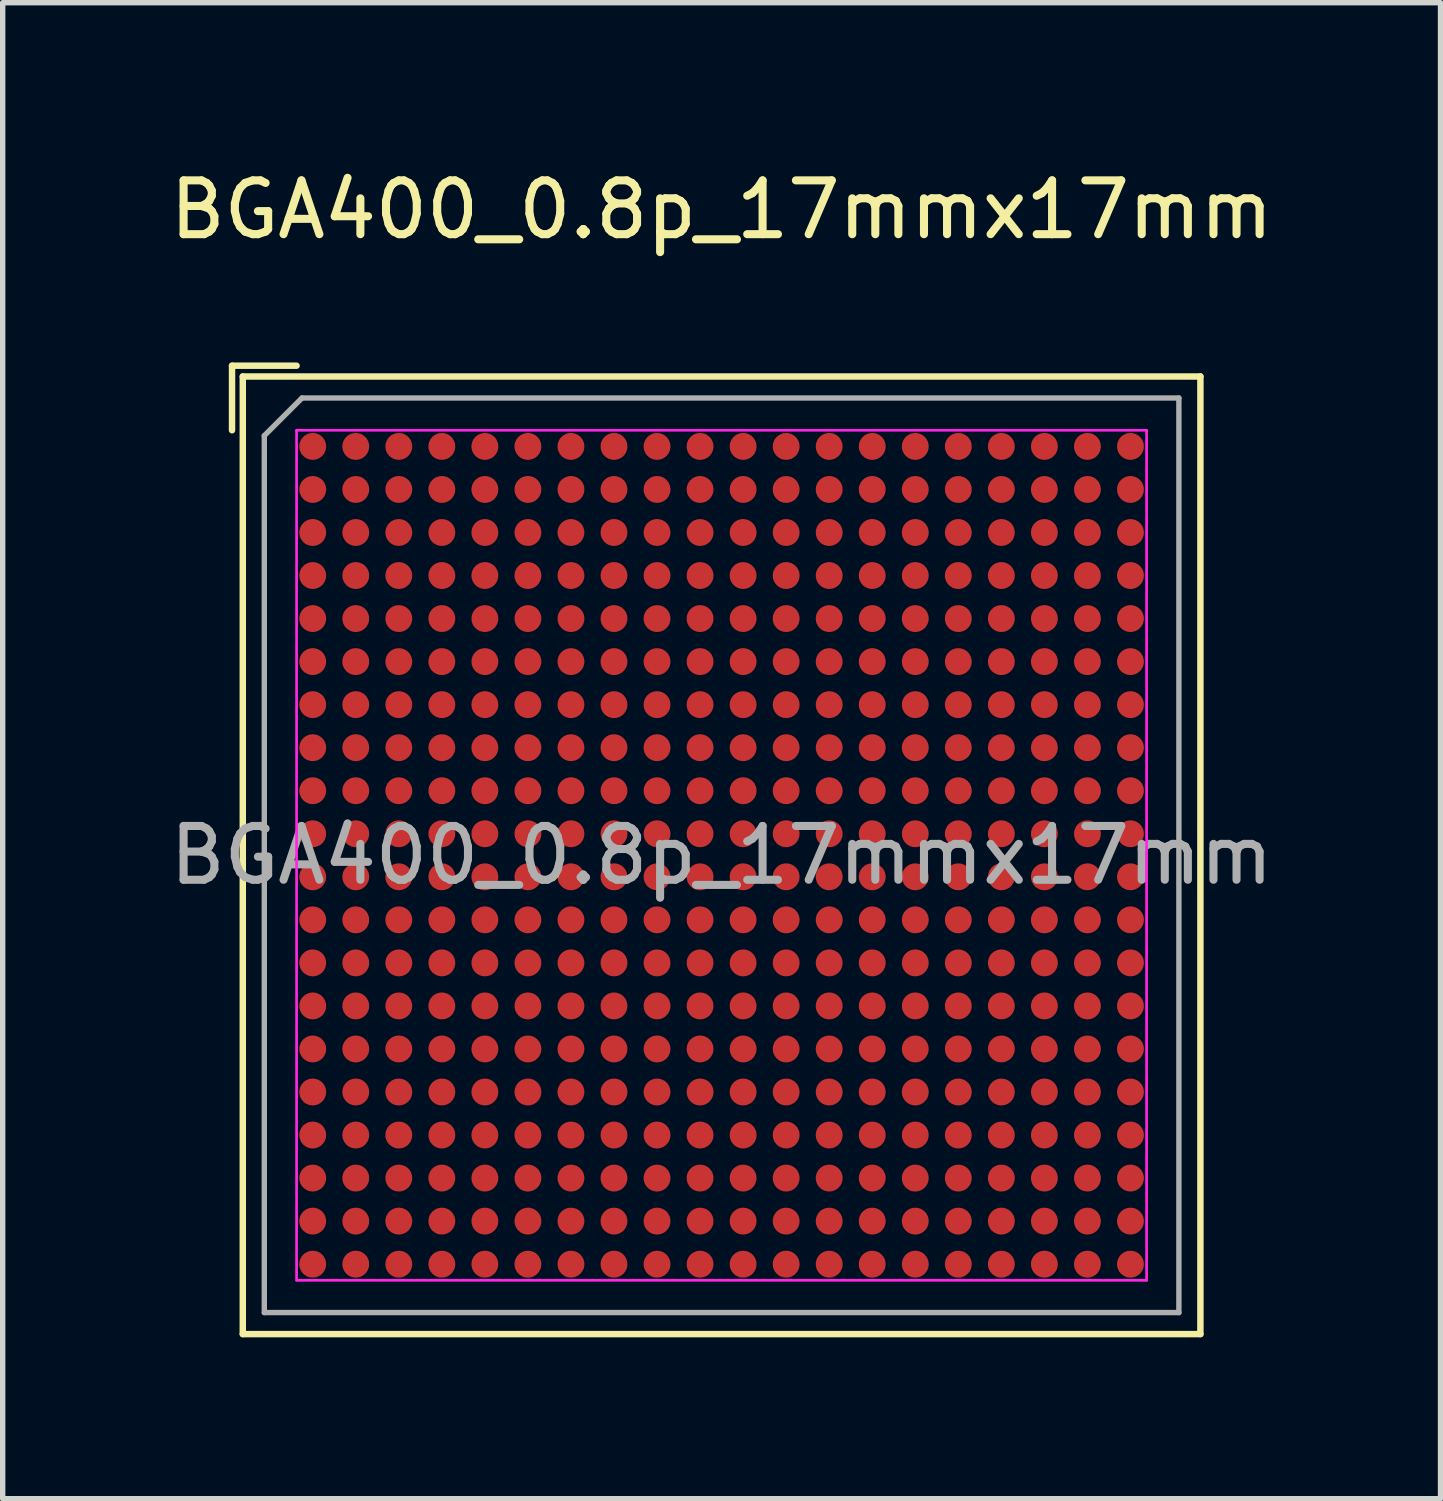
<source format=kicad_pcb>
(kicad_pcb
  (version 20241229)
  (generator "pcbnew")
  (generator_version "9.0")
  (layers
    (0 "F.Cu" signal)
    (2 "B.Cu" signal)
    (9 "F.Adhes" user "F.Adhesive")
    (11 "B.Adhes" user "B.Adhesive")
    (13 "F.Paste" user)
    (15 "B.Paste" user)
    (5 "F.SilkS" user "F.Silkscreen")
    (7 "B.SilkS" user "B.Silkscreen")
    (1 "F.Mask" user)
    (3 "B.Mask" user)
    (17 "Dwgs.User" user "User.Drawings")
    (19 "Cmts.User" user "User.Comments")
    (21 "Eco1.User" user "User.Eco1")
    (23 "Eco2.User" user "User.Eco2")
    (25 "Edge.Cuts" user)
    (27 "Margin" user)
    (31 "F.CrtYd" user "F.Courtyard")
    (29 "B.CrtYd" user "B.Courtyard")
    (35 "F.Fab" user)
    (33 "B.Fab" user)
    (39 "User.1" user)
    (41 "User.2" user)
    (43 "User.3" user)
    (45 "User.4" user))
  (footprint "BGA400_0.8p_17mmx17mm"
    (layer "F.Cu")
    (at 10.363 12.848)
    (property "Reference" "BGA400_0.8p_17mmx17mm" (at 0 -12 0) (layer "F.SilkS") (effects (font (size 1 1) (thickness 0.15))))
    (attr smd)
    (fp_line (start -9.1 -9.1) (end -7.9 -9.1) (stroke (width 0.12) (type solid)) (layer "F.SilkS"))
    (fp_line (start -9.1 -7.9) (end -9.1 -9.1) (stroke (width 0.12) (type solid)) (layer "F.SilkS"))
    (fp_line (start -8.9 -8.9) (end 8.9 -8.9) (stroke (width 0.12) (type solid)) (layer "F.SilkS"))
    (fp_line (start -8.9 8.9) (end -8.9 -8.9) (stroke (width 0.12) (type solid)) (layer "F.SilkS"))
    (fp_line (start 8.9 -8.9) (end 8.9 8.9) (stroke (width 0.12) (type solid)) (layer "F.SilkS"))
    (fp_line (start 8.9 8.9) (end -8.9 8.9) (stroke (width 0.12) (type solid)) (layer "F.SilkS"))
    (fp_line (start -7.9 -7.9) (end -7.9 7.9) (stroke (width 0.05) (type solid)) (layer "F.CrtYd"))
    (fp_line (start -7.9 -7.9) (end 7.9 -7.9) (stroke (width 0.05) (type solid)) (layer "F.CrtYd"))
    (fp_line (start 7.9 7.9) (end -7.9 7.9) (stroke (width 0.05) (type solid)) (layer "F.CrtYd"))
    (fp_line (start 7.9 7.9) (end 7.9 -7.9) (stroke (width 0.05) (type solid)) (layer "F.CrtYd"))
    (fp_line (start -8.5 -7.8) (end -7.8 -8.5) (stroke (width 0.1) (type solid)) (layer "F.Fab"))
    (fp_line (start -8.5 8.5) (end -8.5 -7.8) (stroke (width 0.1) (type solid)) (layer "F.Fab"))
    (fp_line (start -7.8 -8.5) (end 8.5 -8.5) (stroke (width 0.1) (type solid)) (layer "F.Fab"))
    (fp_line (start 8.5 -8.5) (end 8.5 8.5) (stroke (width 0.1) (type solid)) (layer "F.Fab"))
    (fp_line (start 8.5 8.5) (end -8.5 8.5) (stroke (width 0.1) (type solid)) (layer "F.Fab"))
    (fp_text user "${REFERENCE}" (at 0 0 0) (layer "F.Fab") (effects (font (size 1 1) (thickness 0.15))))
    (pad "A1" smd circle (at -7.6 -7.6) (size 0.5 0.5) (layers "F.Cu" "F.Mask" "F.Paste"))
    (pad "A2" smd circle (at -6.8 -7.6) (size 0.5 0.5) (layers "F.Cu" "F.Mask" "F.Paste"))
    (pad "A3" smd circle (at -6 -7.6) (size 0.5 0.5) (layers "F.Cu" "F.Mask" "F.Paste"))
    (pad "A4" smd circle (at -5.2 -7.6) (size 0.5 0.5) (layers "F.Cu" "F.Mask" "F.Paste"))
    (pad "A5" smd circle (at -4.4 -7.6) (size 0.5 0.5) (layers "F.Cu" "F.Mask" "F.Paste"))
    (pad "A6" smd circle (at -3.6 -7.6) (size 0.5 0.5) (layers "F.Cu" "F.Mask" "F.Paste"))
    (pad "A7" smd circle (at -2.8 -7.6) (size 0.5 0.5) (layers "F.Cu" "F.Mask" "F.Paste"))
    (pad "A8" smd circle (at -2 -7.6) (size 0.5 0.5) (layers "F.Cu" "F.Mask" "F.Paste"))
    (pad "A9" smd circle (at -1.2 -7.6) (size 0.5 0.5) (layers "F.Cu" "F.Mask" "F.Paste"))
    (pad "A10" smd circle (at -0.4 -7.6) (size 0.5 0.5) (layers "F.Cu" "F.Mask" "F.Paste"))
    (pad "A11" smd circle (at 0.4 -7.6) (size 0.5 0.5) (layers "F.Cu" "F.Mask" "F.Paste"))
    (pad "A12" smd circle (at 1.2 -7.6) (size 0.5 0.5) (layers "F.Cu" "F.Mask" "F.Paste"))
    (pad "A13" smd circle (at 2 -7.6) (size 0.5 0.5) (layers "F.Cu" "F.Mask" "F.Paste"))
    (pad "A14" smd circle (at 2.8 -7.6) (size 0.5 0.5) (layers "F.Cu" "F.Mask" "F.Paste"))
    (pad "A15" smd circle (at 3.6 -7.6) (size 0.5 0.5) (layers "F.Cu" "F.Mask" "F.Paste"))
    (pad "A16" smd circle (at 4.4 -7.6) (size 0.5 0.5) (layers "F.Cu" "F.Mask" "F.Paste"))
    (pad "A17" smd circle (at 5.2 -7.6) (size 0.5 0.5) (layers "F.Cu" "F.Mask" "F.Paste"))
    (pad "A18" smd circle (at 6 -7.6) (size 0.5 0.5) (layers "F.Cu" "F.Mask" "F.Paste"))
    (pad "A19" smd circle (at 6.8 -7.6) (size 0.5 0.5) (layers "F.Cu" "F.Mask" "F.Paste"))
    (pad "A20" smd circle (at 7.6 -7.6) (size 0.5 0.5) (layers "F.Cu" "F.Mask" "F.Paste"))
    (pad "B1" smd circle (at -7.6 -6.8) (size 0.5 0.5) (layers "F.Cu" "F.Mask" "F.Paste"))
    (pad "B2" smd circle (at -6.8 -6.8) (size 0.5 0.5) (layers "F.Cu" "F.Mask" "F.Paste"))
    (pad "B3" smd circle (at -6 -6.8) (size 0.5 0.5) (layers "F.Cu" "F.Mask" "F.Paste"))
    (pad "B4" smd circle (at -5.2 -6.8) (size 0.5 0.5) (layers "F.Cu" "F.Mask" "F.Paste"))
    (pad "B5" smd circle (at -4.4 -6.8) (size 0.5 0.5) (layers "F.Cu" "F.Mask" "F.Paste"))
    (pad "B6" smd circle (at -3.6 -6.8) (size 0.5 0.5) (layers "F.Cu" "F.Mask" "F.Paste"))
    (pad "B7" smd circle (at -2.8 -6.8) (size 0.5 0.5) (layers "F.Cu" "F.Mask" "F.Paste"))
    (pad "B8" smd circle (at -2 -6.8) (size 0.5 0.5) (layers "F.Cu" "F.Mask" "F.Paste"))
    (pad "B9" smd circle (at -1.2 -6.8) (size 0.5 0.5) (layers "F.Cu" "F.Mask" "F.Paste"))
    (pad "B10" smd circle (at -0.4 -6.8) (size 0.5 0.5) (layers "F.Cu" "F.Mask" "F.Paste"))
    (pad "B11" smd circle (at 0.4 -6.8) (size 0.5 0.5) (layers "F.Cu" "F.Mask" "F.Paste"))
    (pad "B12" smd circle (at 1.2 -6.8) (size 0.5 0.5) (layers "F.Cu" "F.Mask" "F.Paste"))
    (pad "B13" smd circle (at 2 -6.8) (size 0.5 0.5) (layers "F.Cu" "F.Mask" "F.Paste"))
    (pad "B14" smd circle (at 2.8 -6.8) (size 0.5 0.5) (layers "F.Cu" "F.Mask" "F.Paste"))
    (pad "B15" smd circle (at 3.6 -6.8) (size 0.5 0.5) (layers "F.Cu" "F.Mask" "F.Paste"))
    (pad "B16" smd circle (at 4.4 -6.8) (size 0.5 0.5) (layers "F.Cu" "F.Mask" "F.Paste"))
    (pad "B17" smd circle (at 5.2 -6.8) (size 0.5 0.5) (layers "F.Cu" "F.Mask" "F.Paste"))
    (pad "B18" smd circle (at 6 -6.8) (size 0.5 0.5) (layers "F.Cu" "F.Mask" "F.Paste"))
    (pad "B19" smd circle (at 6.8 -6.8) (size 0.5 0.5) (layers "F.Cu" "F.Mask" "F.Paste"))
    (pad "B20" smd circle (at 7.6 -6.8) (size 0.5 0.5) (layers "F.Cu" "F.Mask" "F.Paste"))
    (pad "C1" smd circle (at -7.6 -6) (size 0.5 0.5) (layers "F.Cu" "F.Mask" "F.Paste"))
    (pad "C2" smd circle (at -6.8 -6) (size 0.5 0.5) (layers "F.Cu" "F.Mask" "F.Paste"))
    (pad "C3" smd circle (at -6 -6) (size 0.5 0.5) (layers "F.Cu" "F.Mask" "F.Paste"))
    (pad "C4" smd circle (at -5.2 -6) (size 0.5 0.5) (layers "F.Cu" "F.Mask" "F.Paste"))
    (pad "C5" smd circle (at -4.4 -6) (size 0.5 0.5) (layers "F.Cu" "F.Mask" "F.Paste"))
    (pad "C6" smd circle (at -3.6 -6) (size 0.5 0.5) (layers "F.Cu" "F.Mask" "F.Paste"))
    (pad "C7" smd circle (at -2.8 -6) (size 0.5 0.5) (layers "F.Cu" "F.Mask" "F.Paste"))
    (pad "C8" smd circle (at -2 -6) (size 0.5 0.5) (layers "F.Cu" "F.Mask" "F.Paste"))
    (pad "C9" smd circle (at -1.2 -6) (size 0.5 0.5) (layers "F.Cu" "F.Mask" "F.Paste"))
    (pad "C10" smd circle (at -0.4 -6) (size 0.5 0.5) (layers "F.Cu" "F.Mask" "F.Paste"))
    (pad "C11" smd circle (at 0.4 -6) (size 0.5 0.5) (layers "F.Cu" "F.Mask" "F.Paste"))
    (pad "C12" smd circle (at 1.2 -6) (size 0.5 0.5) (layers "F.Cu" "F.Mask" "F.Paste"))
    (pad "C13" smd circle (at 2 -6) (size 0.5 0.5) (layers "F.Cu" "F.Mask" "F.Paste"))
    (pad "C14" smd circle (at 2.8 -6) (size 0.5 0.5) (layers "F.Cu" "F.Mask" "F.Paste"))
    (pad "C15" smd circle (at 3.6 -6) (size 0.5 0.5) (layers "F.Cu" "F.Mask" "F.Paste"))
    (pad "C16" smd circle (at 4.4 -6) (size 0.5 0.5) (layers "F.Cu" "F.Mask" "F.Paste"))
    (pad "C17" smd circle (at 5.2 -6) (size 0.5 0.5) (layers "F.Cu" "F.Mask" "F.Paste"))
    (pad "C18" smd circle (at 6 -6) (size 0.5 0.5) (layers "F.Cu" "F.Mask" "F.Paste"))
    (pad "C19" smd circle (at 6.8 -6) (size 0.5 0.5) (layers "F.Cu" "F.Mask" "F.Paste"))
    (pad "C20" smd circle (at 7.6 -6) (size 0.5 0.5) (layers "F.Cu" "F.Mask" "F.Paste"))
    (pad "D1" smd circle (at -7.6 -5.2) (size 0.5 0.5) (layers "F.Cu" "F.Mask" "F.Paste"))
    (pad "D2" smd circle (at -6.8 -5.2) (size 0.5 0.5) (layers "F.Cu" "F.Mask" "F.Paste"))
    (pad "D3" smd circle (at -6 -5.2) (size 0.5 0.5) (layers "F.Cu" "F.Mask" "F.Paste"))
    (pad "D4" smd circle (at -5.2 -5.2) (size 0.5 0.5) (layers "F.Cu" "F.Mask" "F.Paste"))
    (pad "D5" smd circle (at -4.4 -5.2) (size 0.5 0.5) (layers "F.Cu" "F.Mask" "F.Paste"))
    (pad "D6" smd circle (at -3.6 -5.2) (size 0.5 0.5) (layers "F.Cu" "F.Mask" "F.Paste"))
    (pad "D7" smd circle (at -2.8 -5.2) (size 0.5 0.5) (layers "F.Cu" "F.Mask" "F.Paste"))
    (pad "D8" smd circle (at -2 -5.2) (size 0.5 0.5) (layers "F.Cu" "F.Mask" "F.Paste"))
    (pad "D9" smd circle (at -1.2 -5.2) (size 0.5 0.5) (layers "F.Cu" "F.Mask" "F.Paste"))
    (pad "D10" smd circle (at -0.4 -5.2) (size 0.5 0.5) (layers "F.Cu" "F.Mask" "F.Paste"))
    (pad "D11" smd circle (at 0.4 -5.2) (size 0.5 0.5) (layers "F.Cu" "F.Mask" "F.Paste"))
    (pad "D12" smd circle (at 1.2 -5.2) (size 0.5 0.5) (layers "F.Cu" "F.Mask" "F.Paste"))
    (pad "D13" smd circle (at 2 -5.2) (size 0.5 0.5) (layers "F.Cu" "F.Mask" "F.Paste"))
    (pad "D14" smd circle (at 2.8 -5.2) (size 0.5 0.5) (layers "F.Cu" "F.Mask" "F.Paste"))
    (pad "D15" smd circle (at 3.6 -5.2) (size 0.5 0.5) (layers "F.Cu" "F.Mask" "F.Paste"))
    (pad "D16" smd circle (at 4.4 -5.2) (size 0.5 0.5) (layers "F.Cu" "F.Mask" "F.Paste"))
    (pad "D17" smd circle (at 5.2 -5.2) (size 0.5 0.5) (layers "F.Cu" "F.Mask" "F.Paste"))
    (pad "D18" smd circle (at 6 -5.2) (size 0.5 0.5) (layers "F.Cu" "F.Mask" "F.Paste"))
    (pad "D19" smd circle (at 6.8 -5.2) (size 0.5 0.5) (layers "F.Cu" "F.Mask" "F.Paste"))
    (pad "D20" smd circle (at 7.6 -5.2) (size 0.5 0.5) (layers "F.Cu" "F.Mask" "F.Paste"))
    (pad "E1" smd circle (at -7.6 -4.4) (size 0.5 0.5) (layers "F.Cu" "F.Mask" "F.Paste"))
    (pad "E2" smd circle (at -6.8 -4.4) (size 0.5 0.5) (layers "F.Cu" "F.Mask" "F.Paste"))
    (pad "E3" smd circle (at -6 -4.4) (size 0.5 0.5) (layers "F.Cu" "F.Mask" "F.Paste"))
    (pad "E4" smd circle (at -5.2 -4.4) (size 0.5 0.5) (layers "F.Cu" "F.Mask" "F.Paste"))
    (pad "E5" smd circle (at -4.4 -4.4) (size 0.5 0.5) (layers "F.Cu" "F.Mask" "F.Paste"))
    (pad "E6" smd circle (at -3.6 -4.4) (size 0.5 0.5) (layers "F.Cu" "F.Mask" "F.Paste"))
    (pad "E7" smd circle (at -2.8 -4.4) (size 0.5 0.5) (layers "F.Cu" "F.Mask" "F.Paste"))
    (pad "E8" smd circle (at -2 -4.4) (size 0.5 0.5) (layers "F.Cu" "F.Mask" "F.Paste"))
    (pad "E9" smd circle (at -1.2 -4.4) (size 0.5 0.5) (layers "F.Cu" "F.Mask" "F.Paste"))
    (pad "E10" smd circle (at -0.4 -4.4) (size 0.5 0.5) (layers "F.Cu" "F.Mask" "F.Paste"))
    (pad "E11" smd circle (at 0.4 -4.4) (size 0.5 0.5) (layers "F.Cu" "F.Mask" "F.Paste"))
    (pad "E12" smd circle (at 1.2 -4.4) (size 0.5 0.5) (layers "F.Cu" "F.Mask" "F.Paste"))
    (pad "E13" smd circle (at 2 -4.4) (size 0.5 0.5) (layers "F.Cu" "F.Mask" "F.Paste"))
    (pad "E14" smd circle (at 2.8 -4.4) (size 0.5 0.5) (layers "F.Cu" "F.Mask" "F.Paste"))
    (pad "E15" smd circle (at 3.6 -4.4) (size 0.5 0.5) (layers "F.Cu" "F.Mask" "F.Paste"))
    (pad "E16" smd circle (at 4.4 -4.4) (size 0.5 0.5) (layers "F.Cu" "F.Mask" "F.Paste"))
    (pad "E17" smd circle (at 5.2 -4.4) (size 0.5 0.5) (layers "F.Cu" "F.Mask" "F.Paste"))
    (pad "E18" smd circle (at 6 -4.4) (size 0.5 0.5) (layers "F.Cu" "F.Mask" "F.Paste"))
    (pad "E19" smd circle (at 6.8 -4.4) (size 0.5 0.5) (layers "F.Cu" "F.Mask" "F.Paste"))
    (pad "E20" smd circle (at 7.6 -4.4) (size 0.5 0.5) (layers "F.Cu" "F.Mask" "F.Paste"))
    (pad "F1" smd circle (at -7.6 -3.6) (size 0.5 0.5) (layers "F.Cu" "F.Mask" "F.Paste"))
    (pad "F2" smd circle (at -6.8 -3.6) (size 0.5 0.5) (layers "F.Cu" "F.Mask" "F.Paste"))
    (pad "F3" smd circle (at -6 -3.6) (size 0.5 0.5) (layers "F.Cu" "F.Mask" "F.Paste"))
    (pad "F4" smd circle (at -5.2 -3.6) (size 0.5 0.5) (layers "F.Cu" "F.Mask" "F.Paste"))
    (pad "F5" smd circle (at -4.4 -3.6) (size 0.5 0.5) (layers "F.Cu" "F.Mask" "F.Paste"))
    (pad "F6" smd circle (at -3.6 -3.6) (size 0.5 0.5) (layers "F.Cu" "F.Mask" "F.Paste"))
    (pad "F7" smd circle (at -2.8 -3.6) (size 0.5 0.5) (layers "F.Cu" "F.Mask" "F.Paste"))
    (pad "F8" smd circle (at -2 -3.6) (size 0.5 0.5) (layers "F.Cu" "F.Mask" "F.Paste"))
    (pad "F9" smd circle (at -1.2 -3.6) (size 0.5 0.5) (layers "F.Cu" "F.Mask" "F.Paste"))
    (pad "F10" smd circle (at -0.4 -3.6) (size 0.5 0.5) (layers "F.Cu" "F.Mask" "F.Paste"))
    (pad "F11" smd circle (at 0.4 -3.6) (size 0.5 0.5) (layers "F.Cu" "F.Mask" "F.Paste"))
    (pad "F12" smd circle (at 1.2 -3.6) (size 0.5 0.5) (layers "F.Cu" "F.Mask" "F.Paste"))
    (pad "F13" smd circle (at 2 -3.6) (size 0.5 0.5) (layers "F.Cu" "F.Mask" "F.Paste"))
    (pad "F14" smd circle (at 2.8 -3.6) (size 0.5 0.5) (layers "F.Cu" "F.Mask" "F.Paste"))
    (pad "F15" smd circle (at 3.6 -3.6) (size 0.5 0.5) (layers "F.Cu" "F.Mask" "F.Paste"))
    (pad "F16" smd circle (at 4.4 -3.6) (size 0.5 0.5) (layers "F.Cu" "F.Mask" "F.Paste"))
    (pad "F17" smd circle (at 5.2 -3.6) (size 0.5 0.5) (layers "F.Cu" "F.Mask" "F.Paste"))
    (pad "F18" smd circle (at 6 -3.6) (size 0.5 0.5) (layers "F.Cu" "F.Mask" "F.Paste"))
    (pad "F19" smd circle (at 6.8 -3.6) (size 0.5 0.5) (layers "F.Cu" "F.Mask" "F.Paste"))
    (pad "F20" smd circle (at 7.6 -3.6) (size 0.5 0.5) (layers "F.Cu" "F.Mask" "F.Paste"))
    (pad "G1" smd circle (at -7.6 -2.8) (size 0.5 0.5) (layers "F.Cu" "F.Mask" "F.Paste"))
    (pad "G2" smd circle (at -6.8 -2.8) (size 0.5 0.5) (layers "F.Cu" "F.Mask" "F.Paste"))
    (pad "G3" smd circle (at -6 -2.8) (size 0.5 0.5) (layers "F.Cu" "F.Mask" "F.Paste"))
    (pad "G4" smd circle (at -5.2 -2.8) (size 0.5 0.5) (layers "F.Cu" "F.Mask" "F.Paste"))
    (pad "G5" smd circle (at -4.4 -2.8) (size 0.5 0.5) (layers "F.Cu" "F.Mask" "F.Paste"))
    (pad "G6" smd circle (at -3.6 -2.8) (size 0.5 0.5) (layers "F.Cu" "F.Mask" "F.Paste"))
    (pad "G7" smd circle (at -2.8 -2.8) (size 0.5 0.5) (layers "F.Cu" "F.Mask" "F.Paste"))
    (pad "G8" smd circle (at -2 -2.8) (size 0.5 0.5) (layers "F.Cu" "F.Mask" "F.Paste"))
    (pad "G9" smd circle (at -1.2 -2.8) (size 0.5 0.5) (layers "F.Cu" "F.Mask" "F.Paste"))
    (pad "G10" smd circle (at -0.4 -2.8) (size 0.5 0.5) (layers "F.Cu" "F.Mask" "F.Paste"))
    (pad "G11" smd circle (at 0.4 -2.8) (size 0.5 0.5) (layers "F.Cu" "F.Mask" "F.Paste"))
    (pad "G12" smd circle (at 1.2 -2.8) (size 0.5 0.5) (layers "F.Cu" "F.Mask" "F.Paste"))
    (pad "G13" smd circle (at 2 -2.8) (size 0.5 0.5) (layers "F.Cu" "F.Mask" "F.Paste"))
    (pad "G14" smd circle (at 2.8 -2.8) (size 0.5 0.5) (layers "F.Cu" "F.Mask" "F.Paste"))
    (pad "G15" smd circle (at 3.6 -2.8) (size 0.5 0.5) (layers "F.Cu" "F.Mask" "F.Paste"))
    (pad "G16" smd circle (at 4.4 -2.8) (size 0.5 0.5) (layers "F.Cu" "F.Mask" "F.Paste"))
    (pad "G17" smd circle (at 5.2 -2.8) (size 0.5 0.5) (layers "F.Cu" "F.Mask" "F.Paste"))
    (pad "G18" smd circle (at 6 -2.8) (size 0.5 0.5) (layers "F.Cu" "F.Mask" "F.Paste"))
    (pad "G19" smd circle (at 6.8 -2.8) (size 0.5 0.5) (layers "F.Cu" "F.Mask" "F.Paste"))
    (pad "G20" smd circle (at 7.6 -2.8) (size 0.5 0.5) (layers "F.Cu" "F.Mask" "F.Paste"))
    (pad "H1" smd circle (at -7.6 -2) (size 0.5 0.5) (layers "F.Cu" "F.Mask" "F.Paste"))
    (pad "H2" smd circle (at -6.8 -2) (size 0.5 0.5) (layers "F.Cu" "F.Mask" "F.Paste"))
    (pad "H3" smd circle (at -6 -2) (size 0.5 0.5) (layers "F.Cu" "F.Mask" "F.Paste"))
    (pad "H4" smd circle (at -5.2 -2) (size 0.5 0.5) (layers "F.Cu" "F.Mask" "F.Paste"))
    (pad "H5" smd circle (at -4.4 -2) (size 0.5 0.5) (layers "F.Cu" "F.Mask" "F.Paste"))
    (pad "H6" smd circle (at -3.6 -2) (size 0.5 0.5) (layers "F.Cu" "F.Mask" "F.Paste"))
    (pad "H7" smd circle (at -2.8 -2) (size 0.5 0.5) (layers "F.Cu" "F.Mask" "F.Paste"))
    (pad "H8" smd circle (at -2 -2) (size 0.5 0.5) (layers "F.Cu" "F.Mask" "F.Paste"))
    (pad "H9" smd circle (at -1.2 -2) (size 0.5 0.5) (layers "F.Cu" "F.Mask" "F.Paste"))
    (pad "H10" smd circle (at -0.4 -2) (size 0.5 0.5) (layers "F.Cu" "F.Mask" "F.Paste"))
    (pad "H11" smd circle (at 0.4 -2) (size 0.5 0.5) (layers "F.Cu" "F.Mask" "F.Paste"))
    (pad "H12" smd circle (at 1.2 -2) (size 0.5 0.5) (layers "F.Cu" "F.Mask" "F.Paste"))
    (pad "H13" smd circle (at 2 -2) (size 0.5 0.5) (layers "F.Cu" "F.Mask" "F.Paste"))
    (pad "H14" smd circle (at 2.8 -2) (size 0.5 0.5) (layers "F.Cu" "F.Mask" "F.Paste"))
    (pad "H15" smd circle (at 3.6 -2) (size 0.5 0.5) (layers "F.Cu" "F.Mask" "F.Paste"))
    (pad "H16" smd circle (at 4.4 -2) (size 0.5 0.5) (layers "F.Cu" "F.Mask" "F.Paste"))
    (pad "H17" smd circle (at 5.2 -2) (size 0.5 0.5) (layers "F.Cu" "F.Mask" "F.Paste"))
    (pad "H18" smd circle (at 6 -2) (size 0.5 0.5) (layers "F.Cu" "F.Mask" "F.Paste"))
    (pad "H19" smd circle (at 6.8 -2) (size 0.5 0.5) (layers "F.Cu" "F.Mask" "F.Paste"))
    (pad "H20" smd circle (at 7.6 -2) (size 0.5 0.5) (layers "F.Cu" "F.Mask" "F.Paste"))
    (pad "I1" smd circle (at -7.6 -1.2) (size 0.5 0.5) (layers "F.Cu" "F.Mask" "F.Paste"))
    (pad "I2" smd circle (at -6.8 -1.2) (size 0.5 0.5) (layers "F.Cu" "F.Mask" "F.Paste"))
    (pad "I3" smd circle (at -6 -1.2) (size 0.5 0.5) (layers "F.Cu" "F.Mask" "F.Paste"))
    (pad "I4" smd circle (at -5.2 -1.2) (size 0.5 0.5) (layers "F.Cu" "F.Mask" "F.Paste"))
    (pad "I5" smd circle (at -4.4 -1.2) (size 0.5 0.5) (layers "F.Cu" "F.Mask" "F.Paste"))
    (pad "I6" smd circle (at -3.6 -1.2) (size 0.5 0.5) (layers "F.Cu" "F.Mask" "F.Paste"))
    (pad "I7" smd circle (at -2.8 -1.2) (size 0.5 0.5) (layers "F.Cu" "F.Mask" "F.Paste"))
    (pad "I8" smd circle (at -2 -1.2) (size 0.5 0.5) (layers "F.Cu" "F.Mask" "F.Paste"))
    (pad "I9" smd circle (at -1.2 -1.2) (size 0.5 0.5) (layers "F.Cu" "F.Mask" "F.Paste"))
    (pad "I10" smd circle (at -0.4 -1.2) (size 0.5 0.5) (layers "F.Cu" "F.Mask" "F.Paste"))
    (pad "I11" smd circle (at 0.4 -1.2) (size 0.5 0.5) (layers "F.Cu" "F.Mask" "F.Paste"))
    (pad "I12" smd circle (at 1.2 -1.2) (size 0.5 0.5) (layers "F.Cu" "F.Mask" "F.Paste"))
    (pad "I13" smd circle (at 2 -1.2) (size 0.5 0.5) (layers "F.Cu" "F.Mask" "F.Paste"))
    (pad "I14" smd circle (at 2.8 -1.2) (size 0.5 0.5) (layers "F.Cu" "F.Mask" "F.Paste"))
    (pad "I15" smd circle (at 3.6 -1.2) (size 0.5 0.5) (layers "F.Cu" "F.Mask" "F.Paste"))
    (pad "I16" smd circle (at 4.4 -1.2) (size 0.5 0.5) (layers "F.Cu" "F.Mask" "F.Paste"))
    (pad "I17" smd circle (at 5.2 -1.2) (size 0.5 0.5) (layers "F.Cu" "F.Mask" "F.Paste"))
    (pad "I18" smd circle (at 6 -1.2) (size 0.5 0.5) (layers "F.Cu" "F.Mask" "F.Paste"))
    (pad "I19" smd circle (at 6.8 -1.2) (size 0.5 0.5) (layers "F.Cu" "F.Mask" "F.Paste"))
    (pad "I20" smd circle (at 7.6 -1.2) (size 0.5 0.5) (layers "F.Cu" "F.Mask" "F.Paste"))
    (pad "J1" smd circle (at -7.6 -0.4) (size 0.5 0.5) (layers "F.Cu" "F.Mask" "F.Paste"))
    (pad "J2" smd circle (at -6.8 -0.4) (size 0.5 0.5) (layers "F.Cu" "F.Mask" "F.Paste"))
    (pad "J3" smd circle (at -6 -0.4) (size 0.5 0.5) (layers "F.Cu" "F.Mask" "F.Paste"))
    (pad "J4" smd circle (at -5.2 -0.4) (size 0.5 0.5) (layers "F.Cu" "F.Mask" "F.Paste"))
    (pad "J5" smd circle (at -4.4 -0.4) (size 0.5 0.5) (layers "F.Cu" "F.Mask" "F.Paste"))
    (pad "J6" smd circle (at -3.6 -0.4) (size 0.5 0.5) (layers "F.Cu" "F.Mask" "F.Paste"))
    (pad "J7" smd circle (at -2.8 -0.4) (size 0.5 0.5) (layers "F.Cu" "F.Mask" "F.Paste"))
    (pad "J8" smd circle (at -2 -0.4) (size 0.5 0.5) (layers "F.Cu" "F.Mask" "F.Paste"))
    (pad "J9" smd circle (at -1.2 -0.4) (size 0.5 0.5) (layers "F.Cu" "F.Mask" "F.Paste"))
    (pad "J10" smd circle (at -0.4 -0.4) (size 0.5 0.5) (layers "F.Cu" "F.Mask" "F.Paste"))
    (pad "J11" smd circle (at 0.4 -0.4) (size 0.5 0.5) (layers "F.Cu" "F.Mask" "F.Paste"))
    (pad "J12" smd circle (at 1.2 -0.4) (size 0.5 0.5) (layers "F.Cu" "F.Mask" "F.Paste"))
    (pad "J13" smd circle (at 2 -0.4) (size 0.5 0.5) (layers "F.Cu" "F.Mask" "F.Paste"))
    (pad "J14" smd circle (at 2.8 -0.4) (size 0.5 0.5) (layers "F.Cu" "F.Mask" "F.Paste"))
    (pad "J15" smd circle (at 3.6 -0.4) (size 0.5 0.5) (layers "F.Cu" "F.Mask" "F.Paste"))
    (pad "J16" smd circle (at 4.4 -0.4) (size 0.5 0.5) (layers "F.Cu" "F.Mask" "F.Paste"))
    (pad "J17" smd circle (at 5.2 -0.4) (size 0.5 0.5) (layers "F.Cu" "F.Mask" "F.Paste"))
    (pad "J18" smd circle (at 6 -0.4) (size 0.5 0.5) (layers "F.Cu" "F.Mask" "F.Paste"))
    (pad "J19" smd circle (at 6.8 -0.4) (size 0.5 0.5) (layers "F.Cu" "F.Mask" "F.Paste"))
    (pad "J20" smd circle (at 7.6 -0.4) (size 0.5 0.5) (layers "F.Cu" "F.Mask" "F.Paste"))
    (pad "K1" smd circle (at -7.6 0.4) (size 0.5 0.5) (layers "F.Cu" "F.Mask" "F.Paste"))
    (pad "K2" smd circle (at -6.8 0.4) (size 0.5 0.5) (layers "F.Cu" "F.Mask" "F.Paste"))
    (pad "K3" smd circle (at -6 0.4) (size 0.5 0.5) (layers "F.Cu" "F.Mask" "F.Paste"))
    (pad "K4" smd circle (at -5.2 0.4) (size 0.5 0.5) (layers "F.Cu" "F.Mask" "F.Paste"))
    (pad "K5" smd circle (at -4.4 0.4) (size 0.5 0.5) (layers "F.Cu" "F.Mask" "F.Paste"))
    (pad "K6" smd circle (at -3.6 0.4) (size 0.5 0.5) (layers "F.Cu" "F.Mask" "F.Paste"))
    (pad "K7" smd circle (at -2.8 0.4) (size 0.5 0.5) (layers "F.Cu" "F.Mask" "F.Paste"))
    (pad "K8" smd circle (at -2 0.4) (size 0.5 0.5) (layers "F.Cu" "F.Mask" "F.Paste"))
    (pad "K9" smd circle (at -1.2 0.4) (size 0.5 0.5) (layers "F.Cu" "F.Mask" "F.Paste"))
    (pad "K10" smd circle (at -0.4 0.4) (size 0.5 0.5) (layers "F.Cu" "F.Mask" "F.Paste"))
    (pad "K11" smd circle (at 0.4 0.4) (size 0.5 0.5) (layers "F.Cu" "F.Mask" "F.Paste"))
    (pad "K12" smd circle (at 1.2 0.4) (size 0.5 0.5) (layers "F.Cu" "F.Mask" "F.Paste"))
    (pad "K13" smd circle (at 2 0.4) (size 0.5 0.5) (layers "F.Cu" "F.Mask" "F.Paste"))
    (pad "K14" smd circle (at 2.8 0.4) (size 0.5 0.5) (layers "F.Cu" "F.Mask" "F.Paste"))
    (pad "K15" smd circle (at 3.6 0.4) (size 0.5 0.5) (layers "F.Cu" "F.Mask" "F.Paste"))
    (pad "K16" smd circle (at 4.4 0.4) (size 0.5 0.5) (layers "F.Cu" "F.Mask" "F.Paste"))
    (pad "K17" smd circle (at 5.2 0.4) (size 0.5 0.5) (layers "F.Cu" "F.Mask" "F.Paste"))
    (pad "K18" smd circle (at 6 0.4) (size 0.5 0.5) (layers "F.Cu" "F.Mask" "F.Paste"))
    (pad "K19" smd circle (at 6.8 0.4) (size 0.5 0.5) (layers "F.Cu" "F.Mask" "F.Paste"))
    (pad "K20" smd circle (at 7.6 0.4) (size 0.5 0.5) (layers "F.Cu" "F.Mask" "F.Paste"))
    (pad "L1" smd circle (at -7.6 1.2) (size 0.5 0.5) (layers "F.Cu" "F.Mask" "F.Paste"))
    (pad "L2" smd circle (at -6.8 1.2) (size 0.5 0.5) (layers "F.Cu" "F.Mask" "F.Paste"))
    (pad "L3" smd circle (at -6 1.2) (size 0.5 0.5) (layers "F.Cu" "F.Mask" "F.Paste"))
    (pad "L4" smd circle (at -5.2 1.2) (size 0.5 0.5) (layers "F.Cu" "F.Mask" "F.Paste"))
    (pad "L5" smd circle (at -4.4 1.2) (size 0.5 0.5) (layers "F.Cu" "F.Mask" "F.Paste"))
    (pad "L6" smd circle (at -3.6 1.2) (size 0.5 0.5) (layers "F.Cu" "F.Mask" "F.Paste"))
    (pad "L7" smd circle (at -2.8 1.2) (size 0.5 0.5) (layers "F.Cu" "F.Mask" "F.Paste"))
    (pad "L8" smd circle (at -2 1.2) (size 0.5 0.5) (layers "F.Cu" "F.Mask" "F.Paste"))
    (pad "L9" smd circle (at -1.2 1.2) (size 0.5 0.5) (layers "F.Cu" "F.Mask" "F.Paste"))
    (pad "L10" smd circle (at -0.4 1.2) (size 0.5 0.5) (layers "F.Cu" "F.Mask" "F.Paste"))
    (pad "L11" smd circle (at 0.4 1.2) (size 0.5 0.5) (layers "F.Cu" "F.Mask" "F.Paste"))
    (pad "L12" smd circle (at 1.2 1.2) (size 0.5 0.5) (layers "F.Cu" "F.Mask" "F.Paste"))
    (pad "L13" smd circle (at 2 1.2) (size 0.5 0.5) (layers "F.Cu" "F.Mask" "F.Paste"))
    (pad "L14" smd circle (at 2.8 1.2) (size 0.5 0.5) (layers "F.Cu" "F.Mask" "F.Paste"))
    (pad "L15" smd circle (at 3.6 1.2) (size 0.5 0.5) (layers "F.Cu" "F.Mask" "F.Paste"))
    (pad "L16" smd circle (at 4.4 1.2) (size 0.5 0.5) (layers "F.Cu" "F.Mask" "F.Paste"))
    (pad "L17" smd circle (at 5.2 1.2) (size 0.5 0.5) (layers "F.Cu" "F.Mask" "F.Paste"))
    (pad "L18" smd circle (at 6 1.2) (size 0.5 0.5) (layers "F.Cu" "F.Mask" "F.Paste"))
    (pad "L19" smd circle (at 6.8 1.2) (size 0.5 0.5) (layers "F.Cu" "F.Mask" "F.Paste"))
    (pad "L20" smd circle (at 7.6 1.2) (size 0.5 0.5) (layers "F.Cu" "F.Mask" "F.Paste"))
    (pad "M1" smd circle (at -7.6 2) (size 0.5 0.5) (layers "F.Cu" "F.Mask" "F.Paste"))
    (pad "M2" smd circle (at -6.8 2) (size 0.5 0.5) (layers "F.Cu" "F.Mask" "F.Paste"))
    (pad "M3" smd circle (at -6 2) (size 0.5 0.5) (layers "F.Cu" "F.Mask" "F.Paste"))
    (pad "M4" smd circle (at -5.2 2) (size 0.5 0.5) (layers "F.Cu" "F.Mask" "F.Paste"))
    (pad "M5" smd circle (at -4.4 2) (size 0.5 0.5) (layers "F.Cu" "F.Mask" "F.Paste"))
    (pad "M6" smd circle (at -3.6 2) (size 0.5 0.5) (layers "F.Cu" "F.Mask" "F.Paste"))
    (pad "M7" smd circle (at -2.8 2) (size 0.5 0.5) (layers "F.Cu" "F.Mask" "F.Paste"))
    (pad "M8" smd circle (at -2 2) (size 0.5 0.5) (layers "F.Cu" "F.Mask" "F.Paste"))
    (pad "M9" smd circle (at -1.2 2) (size 0.5 0.5) (layers "F.Cu" "F.Mask" "F.Paste"))
    (pad "M10" smd circle (at -0.4 2) (size 0.5 0.5) (layers "F.Cu" "F.Mask" "F.Paste"))
    (pad "M11" smd circle (at 0.4 2) (size 0.5 0.5) (layers "F.Cu" "F.Mask" "F.Paste"))
    (pad "M12" smd circle (at 1.2 2) (size 0.5 0.5) (layers "F.Cu" "F.Mask" "F.Paste"))
    (pad "M13" smd circle (at 2 2) (size 0.5 0.5) (layers "F.Cu" "F.Mask" "F.Paste"))
    (pad "M14" smd circle (at 2.8 2) (size 0.5 0.5) (layers "F.Cu" "F.Mask" "F.Paste"))
    (pad "M15" smd circle (at 3.6 2) (size 0.5 0.5) (layers "F.Cu" "F.Mask" "F.Paste"))
    (pad "M16" smd circle (at 4.4 2) (size 0.5 0.5) (layers "F.Cu" "F.Mask" "F.Paste"))
    (pad "M17" smd circle (at 5.2 2) (size 0.5 0.5) (layers "F.Cu" "F.Mask" "F.Paste"))
    (pad "M18" smd circle (at 6 2) (size 0.5 0.5) (layers "F.Cu" "F.Mask" "F.Paste"))
    (pad "M19" smd circle (at 6.8 2) (size 0.5 0.5) (layers "F.Cu" "F.Mask" "F.Paste"))
    (pad "M20" smd circle (at 7.6 2) (size 0.5 0.5) (layers "F.Cu" "F.Mask" "F.Paste"))
    (pad "N1" smd circle (at -7.6 2.8) (size 0.5 0.5) (layers "F.Cu" "F.Mask" "F.Paste"))
    (pad "N2" smd circle (at -6.8 2.8) (size 0.5 0.5) (layers "F.Cu" "F.Mask" "F.Paste"))
    (pad "N3" smd circle (at -6 2.8) (size 0.5 0.5) (layers "F.Cu" "F.Mask" "F.Paste"))
    (pad "N4" smd circle (at -5.2 2.8) (size 0.5 0.5) (layers "F.Cu" "F.Mask" "F.Paste"))
    (pad "N5" smd circle (at -4.4 2.8) (size 0.5 0.5) (layers "F.Cu" "F.Mask" "F.Paste"))
    (pad "N6" smd circle (at -3.6 2.8) (size 0.5 0.5) (layers "F.Cu" "F.Mask" "F.Paste"))
    (pad "N7" smd circle (at -2.8 2.8) (size 0.5 0.5) (layers "F.Cu" "F.Mask" "F.Paste"))
    (pad "N8" smd circle (at -2 2.8) (size 0.5 0.5) (layers "F.Cu" "F.Mask" "F.Paste"))
    (pad "N9" smd circle (at -1.2 2.8) (size 0.5 0.5) (layers "F.Cu" "F.Mask" "F.Paste"))
    (pad "N10" smd circle (at -0.4 2.8) (size 0.5 0.5) (layers "F.Cu" "F.Mask" "F.Paste"))
    (pad "N11" smd circle (at 0.4 2.8) (size 0.5 0.5) (layers "F.Cu" "F.Mask" "F.Paste"))
    (pad "N12" smd circle (at 1.2 2.8) (size 0.5 0.5) (layers "F.Cu" "F.Mask" "F.Paste"))
    (pad "N13" smd circle (at 2 2.8) (size 0.5 0.5) (layers "F.Cu" "F.Mask" "F.Paste"))
    (pad "N14" smd circle (at 2.8 2.8) (size 0.5 0.5) (layers "F.Cu" "F.Mask" "F.Paste"))
    (pad "N15" smd circle (at 3.6 2.8) (size 0.5 0.5) (layers "F.Cu" "F.Mask" "F.Paste"))
    (pad "N16" smd circle (at 4.4 2.8) (size 0.5 0.5) (layers "F.Cu" "F.Mask" "F.Paste"))
    (pad "N17" smd circle (at 5.2 2.8) (size 0.5 0.5) (layers "F.Cu" "F.Mask" "F.Paste"))
    (pad "N18" smd circle (at 6 2.8) (size 0.5 0.5) (layers "F.Cu" "F.Mask" "F.Paste"))
    (pad "N19" smd circle (at 6.8 2.8) (size 0.5 0.5) (layers "F.Cu" "F.Mask" "F.Paste"))
    (pad "N20" smd circle (at 7.6 2.8) (size 0.5 0.5) (layers "F.Cu" "F.Mask" "F.Paste"))
    (pad "O1" smd circle (at -7.6 3.6) (size 0.5 0.5) (layers "F.Cu" "F.Mask" "F.Paste"))
    (pad "O2" smd circle (at -6.8 3.6) (size 0.5 0.5) (layers "F.Cu" "F.Mask" "F.Paste"))
    (pad "O3" smd circle (at -6 3.6) (size 0.5 0.5) (layers "F.Cu" "F.Mask" "F.Paste"))
    (pad "O4" smd circle (at -5.2 3.6) (size 0.5 0.5) (layers "F.Cu" "F.Mask" "F.Paste"))
    (pad "O5" smd circle (at -4.4 3.6) (size 0.5 0.5) (layers "F.Cu" "F.Mask" "F.Paste"))
    (pad "O6" smd circle (at -3.6 3.6) (size 0.5 0.5) (layers "F.Cu" "F.Mask" "F.Paste"))
    (pad "O7" smd circle (at -2.8 3.6) (size 0.5 0.5) (layers "F.Cu" "F.Mask" "F.Paste"))
    (pad "O8" smd circle (at -2 3.6) (size 0.5 0.5) (layers "F.Cu" "F.Mask" "F.Paste"))
    (pad "O9" smd circle (at -1.2 3.6) (size 0.5 0.5) (layers "F.Cu" "F.Mask" "F.Paste"))
    (pad "O10" smd circle (at -0.4 3.6) (size 0.5 0.5) (layers "F.Cu" "F.Mask" "F.Paste"))
    (pad "O11" smd circle (at 0.4 3.6) (size 0.5 0.5) (layers "F.Cu" "F.Mask" "F.Paste"))
    (pad "O12" smd circle (at 1.2 3.6) (size 0.5 0.5) (layers "F.Cu" "F.Mask" "F.Paste"))
    (pad "O13" smd circle (at 2 3.6) (size 0.5 0.5) (layers "F.Cu" "F.Mask" "F.Paste"))
    (pad "O14" smd circle (at 2.8 3.6) (size 0.5 0.5) (layers "F.Cu" "F.Mask" "F.Paste"))
    (pad "O15" smd circle (at 3.6 3.6) (size 0.5 0.5) (layers "F.Cu" "F.Mask" "F.Paste"))
    (pad "O16" smd circle (at 4.4 3.6) (size 0.5 0.5) (layers "F.Cu" "F.Mask" "F.Paste"))
    (pad "O17" smd circle (at 5.2 3.6) (size 0.5 0.5) (layers "F.Cu" "F.Mask" "F.Paste"))
    (pad "O18" smd circle (at 6 3.6) (size 0.5 0.5) (layers "F.Cu" "F.Mask" "F.Paste"))
    (pad "O19" smd circle (at 6.8 3.6) (size 0.5 0.5) (layers "F.Cu" "F.Mask" "F.Paste"))
    (pad "O20" smd circle (at 7.6 3.6) (size 0.5 0.5) (layers "F.Cu" "F.Mask" "F.Paste"))
    (pad "P1" smd circle (at -7.6 4.4) (size 0.5 0.5) (layers "F.Cu" "F.Mask" "F.Paste"))
    (pad "P2" smd circle (at -6.8 4.4) (size 0.5 0.5) (layers "F.Cu" "F.Mask" "F.Paste"))
    (pad "P3" smd circle (at -6 4.4) (size 0.5 0.5) (layers "F.Cu" "F.Mask" "F.Paste"))
    (pad "P4" smd circle (at -5.2 4.4) (size 0.5 0.5) (layers "F.Cu" "F.Mask" "F.Paste"))
    (pad "P5" smd circle (at -4.4 4.4) (size 0.5 0.5) (layers "F.Cu" "F.Mask" "F.Paste"))
    (pad "P6" smd circle (at -3.6 4.4) (size 0.5 0.5) (layers "F.Cu" "F.Mask" "F.Paste"))
    (pad "P7" smd circle (at -2.8 4.4) (size 0.5 0.5) (layers "F.Cu" "F.Mask" "F.Paste"))
    (pad "P8" smd circle (at -2 4.4) (size 0.5 0.5) (layers "F.Cu" "F.Mask" "F.Paste"))
    (pad "P9" smd circle (at -1.2 4.4) (size 0.5 0.5) (layers "F.Cu" "F.Mask" "F.Paste"))
    (pad "P10" smd circle (at -0.4 4.4) (size 0.5 0.5) (layers "F.Cu" "F.Mask" "F.Paste"))
    (pad "P11" smd circle (at 0.4 4.4) (size 0.5 0.5) (layers "F.Cu" "F.Mask" "F.Paste"))
    (pad "P12" smd circle (at 1.2 4.4) (size 0.5 0.5) (layers "F.Cu" "F.Mask" "F.Paste"))
    (pad "P13" smd circle (at 2 4.4) (size 0.5 0.5) (layers "F.Cu" "F.Mask" "F.Paste"))
    (pad "P14" smd circle (at 2.8 4.4) (size 0.5 0.5) (layers "F.Cu" "F.Mask" "F.Paste"))
    (pad "P15" smd circle (at 3.6 4.4) (size 0.5 0.5) (layers "F.Cu" "F.Mask" "F.Paste"))
    (pad "P16" smd circle (at 4.4 4.4) (size 0.5 0.5) (layers "F.Cu" "F.Mask" "F.Paste"))
    (pad "P17" smd circle (at 5.2 4.4) (size 0.5 0.5) (layers "F.Cu" "F.Mask" "F.Paste"))
    (pad "P18" smd circle (at 6 4.4) (size 0.5 0.5) (layers "F.Cu" "F.Mask" "F.Paste"))
    (pad "P19" smd circle (at 6.8 4.4) (size 0.5 0.5) (layers "F.Cu" "F.Mask" "F.Paste"))
    (pad "P20" smd circle (at 7.6 4.4) (size 0.5 0.5) (layers "F.Cu" "F.Mask" "F.Paste"))
    (pad "Q1" smd circle (at -7.6 5.2) (size 0.5 0.5) (layers "F.Cu" "F.Mask" "F.Paste"))
    (pad "Q2" smd circle (at -6.8 5.2) (size 0.5 0.5) (layers "F.Cu" "F.Mask" "F.Paste"))
    (pad "Q3" smd circle (at -6 5.2) (size 0.5 0.5) (layers "F.Cu" "F.Mask" "F.Paste"))
    (pad "Q4" smd circle (at -5.2 5.2) (size 0.5 0.5) (layers "F.Cu" "F.Mask" "F.Paste"))
    (pad "Q5" smd circle (at -4.4 5.2) (size 0.5 0.5) (layers "F.Cu" "F.Mask" "F.Paste"))
    (pad "Q6" smd circle (at -3.6 5.2) (size 0.5 0.5) (layers "F.Cu" "F.Mask" "F.Paste"))
    (pad "Q7" smd circle (at -2.8 5.2) (size 0.5 0.5) (layers "F.Cu" "F.Mask" "F.Paste"))
    (pad "Q8" smd circle (at -2 5.2) (size 0.5 0.5) (layers "F.Cu" "F.Mask" "F.Paste"))
    (pad "Q9" smd circle (at -1.2 5.2) (size 0.5 0.5) (layers "F.Cu" "F.Mask" "F.Paste"))
    (pad "Q10" smd circle (at -0.4 5.2) (size 0.5 0.5) (layers "F.Cu" "F.Mask" "F.Paste"))
    (pad "Q11" smd circle (at 0.4 5.2) (size 0.5 0.5) (layers "F.Cu" "F.Mask" "F.Paste"))
    (pad "Q12" smd circle (at 1.2 5.2) (size 0.5 0.5) (layers "F.Cu" "F.Mask" "F.Paste"))
    (pad "Q13" smd circle (at 2 5.2) (size 0.5 0.5) (layers "F.Cu" "F.Mask" "F.Paste"))
    (pad "Q14" smd circle (at 2.8 5.2) (size 0.5 0.5) (layers "F.Cu" "F.Mask" "F.Paste"))
    (pad "Q15" smd circle (at 3.6 5.2) (size 0.5 0.5) (layers "F.Cu" "F.Mask" "F.Paste"))
    (pad "Q16" smd circle (at 4.4 5.2) (size 0.5 0.5) (layers "F.Cu" "F.Mask" "F.Paste"))
    (pad "Q17" smd circle (at 5.2 5.2) (size 0.5 0.5) (layers "F.Cu" "F.Mask" "F.Paste"))
    (pad "Q18" smd circle (at 6 5.2) (size 0.5 0.5) (layers "F.Cu" "F.Mask" "F.Paste"))
    (pad "Q19" smd circle (at 6.8 5.2) (size 0.5 0.5) (layers "F.Cu" "F.Mask" "F.Paste"))
    (pad "Q20" smd circle (at 7.6 5.2) (size 0.5 0.5) (layers "F.Cu" "F.Mask" "F.Paste"))
    (pad "R1" smd circle (at -7.6 6) (size 0.5 0.5) (layers "F.Cu" "F.Mask" "F.Paste"))
    (pad "R2" smd circle (at -6.8 6) (size 0.5 0.5) (layers "F.Cu" "F.Mask" "F.Paste"))
    (pad "R3" smd circle (at -6 6) (size 0.5 0.5) (layers "F.Cu" "F.Mask" "F.Paste"))
    (pad "R4" smd circle (at -5.2 6) (size 0.5 0.5) (layers "F.Cu" "F.Mask" "F.Paste"))
    (pad "R5" smd circle (at -4.4 6) (size 0.5 0.5) (layers "F.Cu" "F.Mask" "F.Paste"))
    (pad "R6" smd circle (at -3.6 6) (size 0.5 0.5) (layers "F.Cu" "F.Mask" "F.Paste"))
    (pad "R7" smd circle (at -2.8 6) (size 0.5 0.5) (layers "F.Cu" "F.Mask" "F.Paste"))
    (pad "R8" smd circle (at -2 6) (size 0.5 0.5) (layers "F.Cu" "F.Mask" "F.Paste"))
    (pad "R9" smd circle (at -1.2 6) (size 0.5 0.5) (layers "F.Cu" "F.Mask" "F.Paste"))
    (pad "R10" smd circle (at -0.4 6) (size 0.5 0.5) (layers "F.Cu" "F.Mask" "F.Paste"))
    (pad "R11" smd circle (at 0.4 6) (size 0.5 0.5) (layers "F.Cu" "F.Mask" "F.Paste"))
    (pad "R12" smd circle (at 1.2 6) (size 0.5 0.5) (layers "F.Cu" "F.Mask" "F.Paste"))
    (pad "R13" smd circle (at 2 6) (size 0.5 0.5) (layers "F.Cu" "F.Mask" "F.Paste"))
    (pad "R14" smd circle (at 2.8 6) (size 0.5 0.5) (layers "F.Cu" "F.Mask" "F.Paste"))
    (pad "R15" smd circle (at 3.6 6) (size 0.5 0.5) (layers "F.Cu" "F.Mask" "F.Paste"))
    (pad "R16" smd circle (at 4.4 6) (size 0.5 0.5) (layers "F.Cu" "F.Mask" "F.Paste"))
    (pad "R17" smd circle (at 5.2 6) (size 0.5 0.5) (layers "F.Cu" "F.Mask" "F.Paste"))
    (pad "R18" smd circle (at 6 6) (size 0.5 0.5) (layers "F.Cu" "F.Mask" "F.Paste"))
    (pad "R19" smd circle (at 6.8 6) (size 0.5 0.5) (layers "F.Cu" "F.Mask" "F.Paste"))
    (pad "R20" smd circle (at 7.6 6) (size 0.5 0.5) (layers "F.Cu" "F.Mask" "F.Paste"))
    (pad "S1" smd circle (at -7.6 6.8) (size 0.5 0.5) (layers "F.Cu" "F.Mask" "F.Paste"))
    (pad "S2" smd circle (at -6.8 6.8) (size 0.5 0.5) (layers "F.Cu" "F.Mask" "F.Paste"))
    (pad "S3" smd circle (at -6 6.8) (size 0.5 0.5) (layers "F.Cu" "F.Mask" "F.Paste"))
    (pad "S4" smd circle (at -5.2 6.8) (size 0.5 0.5) (layers "F.Cu" "F.Mask" "F.Paste"))
    (pad "S5" smd circle (at -4.4 6.8) (size 0.5 0.5) (layers "F.Cu" "F.Mask" "F.Paste"))
    (pad "S6" smd circle (at -3.6 6.8) (size 0.5 0.5) (layers "F.Cu" "F.Mask" "F.Paste"))
    (pad "S7" smd circle (at -2.8 6.8) (size 0.5 0.5) (layers "F.Cu" "F.Mask" "F.Paste"))
    (pad "S8" smd circle (at -2 6.8) (size 0.5 0.5) (layers "F.Cu" "F.Mask" "F.Paste"))
    (pad "S9" smd circle (at -1.2 6.8) (size 0.5 0.5) (layers "F.Cu" "F.Mask" "F.Paste"))
    (pad "S10" smd circle (at -0.4 6.8) (size 0.5 0.5) (layers "F.Cu" "F.Mask" "F.Paste"))
    (pad "S11" smd circle (at 0.4 6.8) (size 0.5 0.5) (layers "F.Cu" "F.Mask" "F.Paste"))
    (pad "S12" smd circle (at 1.2 6.8) (size 0.5 0.5) (layers "F.Cu" "F.Mask" "F.Paste"))
    (pad "S13" smd circle (at 2 6.8) (size 0.5 0.5) (layers "F.Cu" "F.Mask" "F.Paste"))
    (pad "S14" smd circle (at 2.8 6.8) (size 0.5 0.5) (layers "F.Cu" "F.Mask" "F.Paste"))
    (pad "S15" smd circle (at 3.6 6.8) (size 0.5 0.5) (layers "F.Cu" "F.Mask" "F.Paste"))
    (pad "S16" smd circle (at 4.4 6.8) (size 0.5 0.5) (layers "F.Cu" "F.Mask" "F.Paste"))
    (pad "S17" smd circle (at 5.2 6.8) (size 0.5 0.5) (layers "F.Cu" "F.Mask" "F.Paste"))
    (pad "S18" smd circle (at 6 6.8) (size 0.5 0.5) (layers "F.Cu" "F.Mask" "F.Paste"))
    (pad "S19" smd circle (at 6.8 6.8) (size 0.5 0.5) (layers "F.Cu" "F.Mask" "F.Paste"))
    (pad "S20" smd circle (at 7.6 6.8) (size 0.5 0.5) (layers "F.Cu" "F.Mask" "F.Paste"))
    (pad "T1" smd circle (at -7.6 7.6) (size 0.5 0.5) (layers "F.Cu" "F.Mask" "F.Paste"))
    (pad "T2" smd circle (at -6.8 7.6) (size 0.5 0.5) (layers "F.Cu" "F.Mask" "F.Paste"))
    (pad "T3" smd circle (at -6 7.6) (size 0.5 0.5) (layers "F.Cu" "F.Mask" "F.Paste"))
    (pad "T4" smd circle (at -5.2 7.6) (size 0.5 0.5) (layers "F.Cu" "F.Mask" "F.Paste"))
    (pad "T5" smd circle (at -4.4 7.6) (size 0.5 0.5) (layers "F.Cu" "F.Mask" "F.Paste"))
    (pad "T6" smd circle (at -3.6 7.6) (size 0.5 0.5) (layers "F.Cu" "F.Mask" "F.Paste"))
    (pad "T7" smd circle (at -2.8 7.6) (size 0.5 0.5) (layers "F.Cu" "F.Mask" "F.Paste"))
    (pad "T8" smd circle (at -2 7.6) (size 0.5 0.5) (layers "F.Cu" "F.Mask" "F.Paste"))
    (pad "T9" smd circle (at -1.2 7.6) (size 0.5 0.5) (layers "F.Cu" "F.Mask" "F.Paste"))
    (pad "T10" smd circle (at -0.4 7.6) (size 0.5 0.5) (layers "F.Cu" "F.Mask" "F.Paste"))
    (pad "T11" smd circle (at 0.4 7.6) (size 0.5 0.5) (layers "F.Cu" "F.Mask" "F.Paste"))
    (pad "T12" smd circle (at 1.2 7.6) (size 0.5 0.5) (layers "F.Cu" "F.Mask" "F.Paste"))
    (pad "T13" smd circle (at 2 7.6) (size 0.5 0.5) (layers "F.Cu" "F.Mask" "F.Paste"))
    (pad "T14" smd circle (at 2.8 7.6) (size 0.5 0.5) (layers "F.Cu" "F.Mask" "F.Paste"))
    (pad "T15" smd circle (at 3.6 7.6) (size 0.5 0.5) (layers "F.Cu" "F.Mask" "F.Paste"))
    (pad "T16" smd circle (at 4.4 7.6) (size 0.5 0.5) (layers "F.Cu" "F.Mask" "F.Paste"))
    (pad "T17" smd circle (at 5.2 7.6) (size 0.5 0.5) (layers "F.Cu" "F.Mask" "F.Paste"))
    (pad "T18" smd circle (at 6 7.6) (size 0.5 0.5) (layers "F.Cu" "F.Mask" "F.Paste"))
    (pad "T19" smd circle (at 6.8 7.6) (size 0.5 0.5) (layers "F.Cu" "F.Mask" "F.Paste"))
    (pad "T20" smd circle (at 7.6 7.6) (size 0.5 0.5) (layers "F.Cu" "F.Mask" "F.Paste")))
  (gr_rect
    (start -3 -3)
    (end 23.726 24.808)
    (stroke (width 0.1) (type default))
    (fill no)
    (layer "Edge.Cuts")))
</source>
